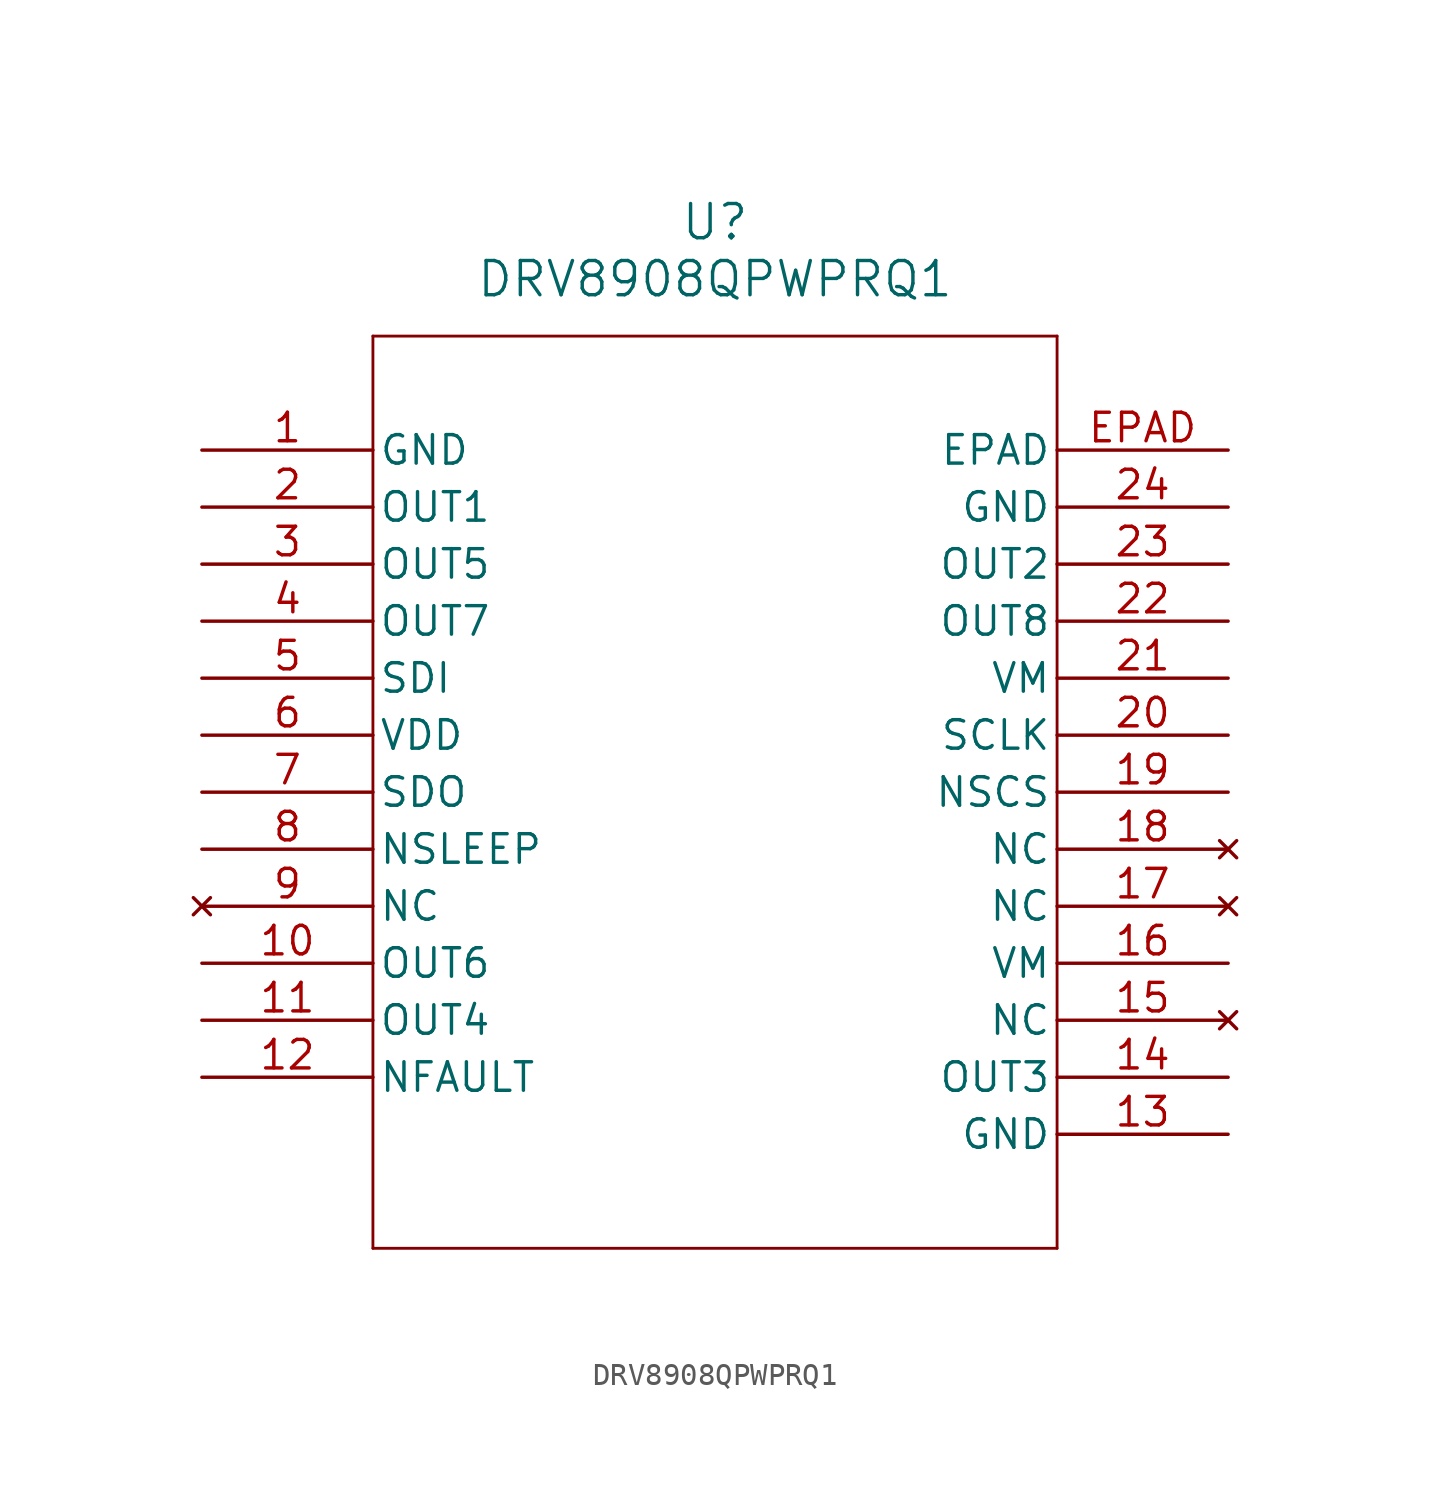
<source format=kicad_sym>
(kicad_symbol_lib
  (version 20211014)
  (generator kicad_symbol_editor)
  (symbol "DRV8908QPWPRQ1"
    (pin_names
      (offset 0.254))
    (property "Reference" "U"
      (at 22.86 10.16 0)
      (effects (font (size 1.524 1.524))))
    (property "Value" "DRV8908QPWPRQ1"
      (at 22.86 7.62 0)
      (effects (font (size 1.524 1.524))))
    (symbol "DRV8908QPWPRQ1_0_1"
      (polyline (pts (xy 7.62 5.08) (xy 7.62 -35.56)) (stroke (width 0.127) (type default) (color 0 0 0 0)) (fill (type none)))
      (polyline (pts (xy 7.62 -35.56) (xy 38.1 -35.56)) (stroke (width 0.127) (type default) (color 0 0 0 0)) (fill (type none)))
      (polyline (pts (xy 38.1 -35.56) (xy 38.1 5.08)) (stroke (width 0.127) (type default) (color 0 0 0 0)) (fill (type none)))
      (polyline (pts (xy 38.1 5.08) (xy 7.62 5.08)) (stroke (width 0.127) (type default) (color 0 0 0 0)) (fill (type none)))
      (pin power_in line (at 0 0 0) (length 7.62) (name "GND" (effects (font (size 1.27 1.27)))) (number "1" (effects (font (size 1.27 1.27)))))
      (pin output line (at 0 -2.54 0) (length 7.62) (name "OUT1" (effects (font (size 1.27 1.27)))) (number "2" (effects (font (size 1.27 1.27)))))
      (pin output line (at 0 -5.08 0) (length 7.62) (name "OUT5" (effects (font (size 1.27 1.27)))) (number "3" (effects (font (size 1.27 1.27)))))
      (pin output line (at 0 -7.62 0) (length 7.62) (name "OUT7" (effects (font (size 1.27 1.27)))) (number "4" (effects (font (size 1.27 1.27)))))
      (pin input line (at 0 -10.16 0) (length 7.62) (name "SDI" (effects (font (size 1.27 1.27)))) (number "5" (effects (font (size 1.27 1.27)))))
      (pin power_in line (at 0 -12.7 0) (length 7.62) (name "VDD" (effects (font (size 1.27 1.27)))) (number "6" (effects (font (size 1.27 1.27)))))
      (pin output line (at 0 -15.24 0) (length 7.62) (name "SDO" (effects (font (size 1.27 1.27)))) (number "7" (effects (font (size 1.27 1.27)))))
      (pin input line (at 0 -17.78 0) (length 7.62) (name "NSLEEP" (effects (font (size 1.27 1.27)))) (number "8" (effects (font (size 1.27 1.27)))))
      (pin no_connect line (at 0 -20.32 0) (length 7.62) (name "NC" (effects (font (size 1.27 1.27)))) (number "9" (effects (font (size 1.27 1.27)))))
      (pin output line (at 0 -22.86 0) (length 7.62) (name "OUT6" (effects (font (size 1.27 1.27)))) (number "10" (effects (font (size 1.27 1.27)))))
      (pin output line (at 0 -25.4 0) (length 7.62) (name "OUT4" (effects (font (size 1.27 1.27)))) (number "11" (effects (font (size 1.27 1.27)))))
      (pin output line (at 0 -27.94 0) (length 7.62) (name "NFAULT" (effects (font (size 1.27 1.27)))) (number "12" (effects (font (size 1.27 1.27)))))
      (pin power_in line (at 45.72 -30.48 180) (length 7.62) (name "GND" (effects (font (size 1.27 1.27)))) (number "13" (effects (font (size 1.27 1.27)))))
      (pin output line (at 45.72 -27.94 180) (length 7.62) (name "OUT3" (effects (font (size 1.27 1.27)))) (number "14" (effects (font (size 1.27 1.27)))))
      (pin no_connect line (at 45.72 -25.4 180) (length 7.62) (name "NC" (effects (font (size 1.27 1.27)))) (number "15" (effects (font (size 1.27 1.27)))))
      (pin power_in line (at 45.72 -22.86 180) (length 7.62) (name "VM" (effects (font (size 1.27 1.27)))) (number "16" (effects (font (size 1.27 1.27)))))
      (pin no_connect line (at 45.72 -20.32 180) (length 7.62) (name "NC" (effects (font (size 1.27 1.27)))) (number "17" (effects (font (size 1.27 1.27)))))
      (pin no_connect line (at 45.72 -17.78 180) (length 7.62) (name "NC" (effects (font (size 1.27 1.27)))) (number "18" (effects (font (size 1.27 1.27)))))
      (pin input line (at 45.72 -15.24 180) (length 7.62) (name "NSCS" (effects (font (size 1.27 1.27)))) (number "19" (effects (font (size 1.27 1.27)))))
      (pin input line (at 45.72 -12.7 180) (length 7.62) (name "SCLK" (effects (font (size 1.27 1.27)))) (number "20" (effects (font (size 1.27 1.27)))))
      (pin power_in line (at 45.72 -10.16 180) (length 7.62) (name "VM" (effects (font (size 1.27 1.27)))) (number "21" (effects (font (size 1.27 1.27)))))
      (pin output line (at 45.72 -7.62 180) (length 7.62) (name "OUT8" (effects (font (size 1.27 1.27)))) (number "22" (effects (font (size 1.27 1.27)))))
      (pin output line (at 45.72 -5.08 180) (length 7.62) (name "OUT2" (effects (font (size 1.27 1.27)))) (number "23" (effects (font (size 1.27 1.27)))))
      (pin power_in line (at 45.72 -2.54 180) (length 7.62) (name "GND" (effects (font (size 1.27 1.27)))) (number "24" (effects (font (size 1.27 1.27)))))
      (pin unspecified line (at 45.72 0 180) (length 7.62) (name "EPAD" (effects (font (size 1.27 1.27)))) (number "EPAD" (effects (font (size 1.27 1.27))))))))
</source>
